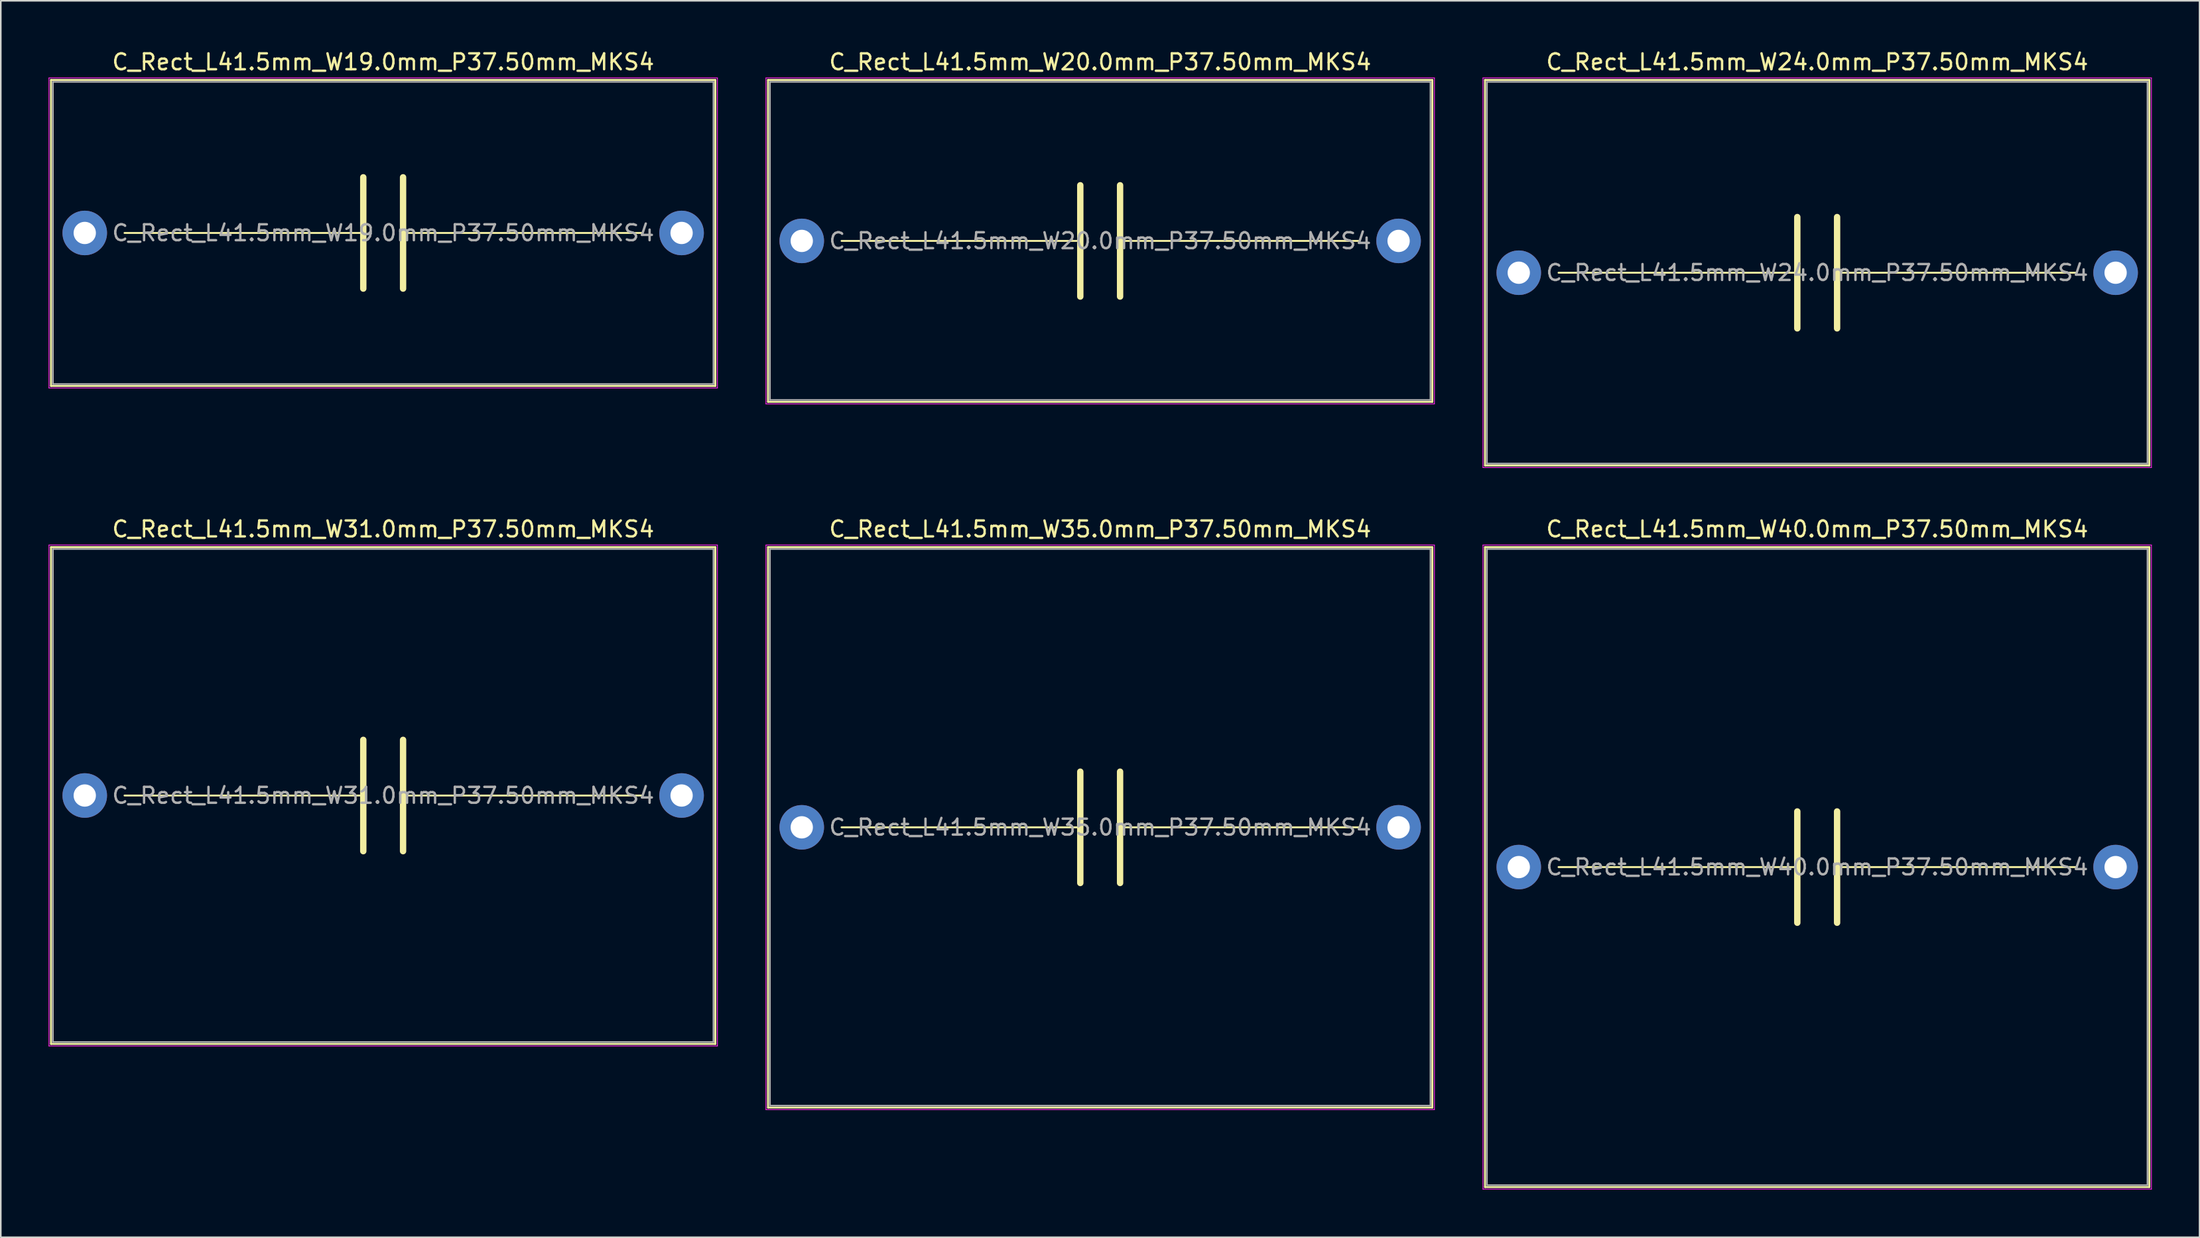
<source format=kicad_pcb>
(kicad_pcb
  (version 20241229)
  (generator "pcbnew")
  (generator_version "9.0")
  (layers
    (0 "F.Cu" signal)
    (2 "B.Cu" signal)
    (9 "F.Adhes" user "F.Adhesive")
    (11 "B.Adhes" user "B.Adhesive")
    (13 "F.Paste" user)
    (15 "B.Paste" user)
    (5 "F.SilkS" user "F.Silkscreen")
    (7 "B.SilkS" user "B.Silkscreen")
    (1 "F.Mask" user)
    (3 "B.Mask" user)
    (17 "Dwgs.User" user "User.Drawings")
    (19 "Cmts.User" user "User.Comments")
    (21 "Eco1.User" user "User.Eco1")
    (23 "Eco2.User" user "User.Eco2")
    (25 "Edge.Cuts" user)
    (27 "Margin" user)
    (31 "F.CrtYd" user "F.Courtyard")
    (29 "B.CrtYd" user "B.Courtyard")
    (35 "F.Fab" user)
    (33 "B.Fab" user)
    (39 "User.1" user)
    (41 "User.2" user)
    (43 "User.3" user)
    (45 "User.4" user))
  (footprint "C_Rect_L41.5mm_W24.0mm_P37.50mm_MKS4"
    (layer "F.Cu")
    (at 92.375 14.098)
    (property "Reference" "C_Rect_L41.5mm_W24.0mm_P37.50mm_MKS4" (at 18.75 -13.25 0) (layer "F.SilkS") (effects (font (size 1 1) (thickness 0.15))))
    (attr through_hole)
    (fp_line (start -2.12 -12.12) (end -2.12 12.12) (stroke (width 0.12) (type solid)) (layer "F.SilkS"))
    (fp_line (start -2.12 -12.12) (end 39.62 -12.12) (stroke (width 0.12) (type solid)) (layer "F.SilkS"))
    (fp_line (start -2.12 12.12) (end 39.62 12.12) (stroke (width 0.12) (type solid)) (layer "F.SilkS"))
    (fp_line (start 2.5 0) (end 17.5 0) (stroke (width 0.12) (type solid)) (layer "F.SilkS"))
    (fp_line (start 17.5 -3.5) (end 17.5 3.5) (stroke (width 0.4) (type solid)) (layer "F.SilkS"))
    (fp_line (start 20 -3.5) (end 20 3.5) (stroke (width 0.4) (type solid)) (layer "F.SilkS"))
    (fp_line (start 20 0) (end 35 0) (stroke (width 0.12) (type solid)) (layer "F.SilkS"))
    (fp_line (start 39.62 -12.12) (end 39.62 12.12) (stroke (width 0.12) (type solid)) (layer "F.SilkS"))
    (fp_line (start -2.25 -12.25) (end -2.25 12.25) (stroke (width 0.05) (type solid)) (layer "F.CrtYd"))
    (fp_line (start -2.25 12.25) (end 39.75 12.25) (stroke (width 0.05) (type solid)) (layer "F.CrtYd"))
    (fp_line (start 39.75 -12.25) (end -2.25 -12.25) (stroke (width 0.05) (type solid)) (layer "F.CrtYd"))
    (fp_line (start 39.75 12.25) (end 39.75 -12.25) (stroke (width 0.05) (type solid)) (layer "F.CrtYd"))
    (fp_line (start -2 -12) (end -2 12) (stroke (width 0.1) (type solid)) (layer "F.Fab"))
    (fp_line (start -2 12) (end 39.5 12) (stroke (width 0.1) (type solid)) (layer "F.Fab"))
    (fp_line (start 39.5 -12) (end -2 -12) (stroke (width 0.1) (type solid)) (layer "F.Fab"))
    (fp_line (start 39.5 12) (end 39.5 -12) (stroke (width 0.1) (type solid)) (layer "F.Fab"))
    (fp_text user "${REFERENCE}" (at 18.75 0 0) (layer "F.Fab") (effects (font (size 1 1) (thickness 0.15))))
    (pad "1" thru_hole circle (at 0 0) (size 2.8 2.8) (drill 1.4) (layers "*.Cu" "*.Mask"))
    (pad "2" thru_hole circle (at 37.5 0) (size 2.8 2.8) (drill 1.4) (layers "*.Cu" "*.Mask")))
  (footprint "C_Rect_L41.5mm_W19.0mm_P37.50mm_MKS4"
    (layer "F.Cu")
    (at 2.275 11.598)
    (property "Reference" "C_Rect_L41.5mm_W19.0mm_P37.50mm_MKS4" (at 18.75 -10.75 0) (layer "F.SilkS") (effects (font (size 1 1) (thickness 0.15))))
    (attr through_hole)
    (fp_line (start -2.12 -9.62) (end -2.12 9.62) (stroke (width 0.12) (type solid)) (layer "F.SilkS"))
    (fp_line (start -2.12 -9.62) (end 39.62 -9.62) (stroke (width 0.12) (type solid)) (layer "F.SilkS"))
    (fp_line (start -2.12 9.62) (end 39.62 9.62) (stroke (width 0.12) (type solid)) (layer "F.SilkS"))
    (fp_line (start 2.5 0) (end 17.5 0) (stroke (width 0.12) (type solid)) (layer "F.SilkS"))
    (fp_line (start 17.5 -3.5) (end 17.5 3.5) (stroke (width 0.4) (type solid)) (layer "F.SilkS"))
    (fp_line (start 20 -3.5) (end 20 3.5) (stroke (width 0.4) (type solid)) (layer "F.SilkS"))
    (fp_line (start 20 0) (end 35 0) (stroke (width 0.12) (type solid)) (layer "F.SilkS"))
    (fp_line (start 39.62 -9.62) (end 39.62 9.62) (stroke (width 0.12) (type solid)) (layer "F.SilkS"))
    (fp_line (start -2.25 -9.75) (end -2.25 9.75) (stroke (width 0.05) (type solid)) (layer "F.CrtYd"))
    (fp_line (start -2.25 9.75) (end 39.75 9.75) (stroke (width 0.05) (type solid)) (layer "F.CrtYd"))
    (fp_line (start 39.75 -9.75) (end -2.25 -9.75) (stroke (width 0.05) (type solid)) (layer "F.CrtYd"))
    (fp_line (start 39.75 9.75) (end 39.75 -9.75) (stroke (width 0.05) (type solid)) (layer "F.CrtYd"))
    (fp_line (start -2 -9.5) (end -2 9.5) (stroke (width 0.1) (type solid)) (layer "F.Fab"))
    (fp_line (start -2 9.5) (end 39.5 9.5) (stroke (width 0.1) (type solid)) (layer "F.Fab"))
    (fp_line (start 39.5 -9.5) (end -2 -9.5) (stroke (width 0.1) (type solid)) (layer "F.Fab"))
    (fp_line (start 39.5 9.5) (end 39.5 -9.5) (stroke (width 0.1) (type solid)) (layer "F.Fab"))
    (fp_text user "${REFERENCE}" (at 18.75 0 0) (layer "F.Fab") (effects (font (size 1 1) (thickness 0.15))))
    (pad "1" thru_hole circle (at 0 0) (size 2.8 2.8) (drill 1.4) (layers "*.Cu" "*.Mask"))
    (pad "2" thru_hole circle (at 37.5 0) (size 2.8 2.8) (drill 1.4) (layers "*.Cu" "*.Mask")))
  (footprint "C_Rect_L41.5mm_W35.0mm_P37.50mm_MKS4"
    (layer "F.Cu")
    (at 47.325 48.971)
    (property "Reference" "C_Rect_L41.5mm_W35.0mm_P37.50mm_MKS4" (at 18.75 -18.75 0) (layer "F.SilkS") (effects (font (size 1 1) (thickness 0.15))))
    (attr through_hole)
    (fp_line (start -2.12 -17.62) (end -2.12 17.62) (stroke (width 0.12) (type solid)) (layer "F.SilkS"))
    (fp_line (start -2.12 -17.62) (end 39.62 -17.62) (stroke (width 0.12) (type solid)) (layer "F.SilkS"))
    (fp_line (start -2.12 17.62) (end 39.62 17.62) (stroke (width 0.12) (type solid)) (layer "F.SilkS"))
    (fp_line (start 2.5 0) (end 17.5 0) (stroke (width 0.12) (type solid)) (layer "F.SilkS"))
    (fp_line (start 17.5 -3.5) (end 17.5 3.5) (stroke (width 0.4) (type solid)) (layer "F.SilkS"))
    (fp_line (start 20 -3.5) (end 20 3.5) (stroke (width 0.4) (type solid)) (layer "F.SilkS"))
    (fp_line (start 20 0) (end 35 0) (stroke (width 0.12) (type solid)) (layer "F.SilkS"))
    (fp_line (start 39.62 -17.62) (end 39.62 17.62) (stroke (width 0.12) (type solid)) (layer "F.SilkS"))
    (fp_line (start -2.25 -17.75) (end -2.25 17.75) (stroke (width 0.05) (type solid)) (layer "F.CrtYd"))
    (fp_line (start -2.25 17.75) (end 39.75 17.75) (stroke (width 0.05) (type solid)) (layer "F.CrtYd"))
    (fp_line (start 39.75 -17.75) (end -2.25 -17.75) (stroke (width 0.05) (type solid)) (layer "F.CrtYd"))
    (fp_line (start 39.75 17.75) (end 39.75 -17.75) (stroke (width 0.05) (type solid)) (layer "F.CrtYd"))
    (fp_line (start -2 -17.5) (end -2 17.5) (stroke (width 0.1) (type solid)) (layer "F.Fab"))
    (fp_line (start -2 17.5) (end 39.5 17.5) (stroke (width 0.1) (type solid)) (layer "F.Fab"))
    (fp_line (start 39.5 -17.5) (end -2 -17.5) (stroke (width 0.1) (type solid)) (layer "F.Fab"))
    (fp_line (start 39.5 17.5) (end 39.5 -17.5) (stroke (width 0.1) (type solid)) (layer "F.Fab"))
    (fp_text user "${REFERENCE}" (at 18.75 0 0) (layer "F.Fab") (effects (font (size 1 1) (thickness 0.15))))
    (pad "1" thru_hole circle (at 0 0) (size 2.8 2.8) (drill 1.4) (layers "*.Cu" "*.Mask"))
    (pad "2" thru_hole circle (at 37.5 0) (size 2.8 2.8) (drill 1.4) (layers "*.Cu" "*.Mask")))
  (footprint "C_Rect_L41.5mm_W31.0mm_P37.50mm_MKS4"
    (layer "F.Cu")
    (at 2.275 46.971)
    (property "Reference" "C_Rect_L41.5mm_W31.0mm_P37.50mm_MKS4" (at 18.75 -16.75 0) (layer "F.SilkS") (effects (font (size 1 1) (thickness 0.15))))
    (attr through_hole)
    (fp_line (start -2.12 -15.62) (end -2.12 15.62) (stroke (width 0.12) (type solid)) (layer "F.SilkS"))
    (fp_line (start -2.12 -15.62) (end 39.62 -15.62) (stroke (width 0.12) (type solid)) (layer "F.SilkS"))
    (fp_line (start -2.12 15.62) (end 39.62 15.62) (stroke (width 0.12) (type solid)) (layer "F.SilkS"))
    (fp_line (start 2.5 0) (end 17.5 0) (stroke (width 0.12) (type solid)) (layer "F.SilkS"))
    (fp_line (start 17.5 -3.5) (end 17.5 3.5) (stroke (width 0.4) (type solid)) (layer "F.SilkS"))
    (fp_line (start 20 -3.5) (end 20 3.5) (stroke (width 0.4) (type solid)) (layer "F.SilkS"))
    (fp_line (start 20 0) (end 35 0) (stroke (width 0.12) (type solid)) (layer "F.SilkS"))
    (fp_line (start 39.62 -15.62) (end 39.62 15.62) (stroke (width 0.12) (type solid)) (layer "F.SilkS"))
    (fp_line (start -2.25 -15.75) (end -2.25 15.75) (stroke (width 0.05) (type solid)) (layer "F.CrtYd"))
    (fp_line (start -2.25 15.75) (end 39.75 15.75) (stroke (width 0.05) (type solid)) (layer "F.CrtYd"))
    (fp_line (start 39.75 -15.75) (end -2.25 -15.75) (stroke (width 0.05) (type solid)) (layer "F.CrtYd"))
    (fp_line (start 39.75 15.75) (end 39.75 -15.75) (stroke (width 0.05) (type solid)) (layer "F.CrtYd"))
    (fp_line (start -2 -15.5) (end -2 15.5) (stroke (width 0.1) (type solid)) (layer "F.Fab"))
    (fp_line (start -2 15.5) (end 39.5 15.5) (stroke (width 0.1) (type solid)) (layer "F.Fab"))
    (fp_line (start 39.5 -15.5) (end -2 -15.5) (stroke (width 0.1) (type solid)) (layer "F.Fab"))
    (fp_line (start 39.5 15.5) (end 39.5 -15.5) (stroke (width 0.1) (type solid)) (layer "F.Fab"))
    (fp_text user "${REFERENCE}" (at 18.75 0 0) (layer "F.Fab") (effects (font (size 1 1) (thickness 0.15))))
    (pad "1" thru_hole circle (at 0 0) (size 2.8 2.8) (drill 1.4) (layers "*.Cu" "*.Mask"))
    (pad "2" thru_hole circle (at 37.5 0) (size 2.8 2.8) (drill 1.4) (layers "*.Cu" "*.Mask")))
  (footprint "C_Rect_L41.5mm_W20.0mm_P37.50mm_MKS4"
    (layer "F.Cu")
    (at 47.325 12.098)
    (property "Reference" "C_Rect_L41.5mm_W20.0mm_P37.50mm_MKS4" (at 18.75 -11.25 0) (layer "F.SilkS") (effects (font (size 1 1) (thickness 0.15))))
    (attr through_hole)
    (fp_line (start -2.12 -10.12) (end -2.12 10.12) (stroke (width 0.12) (type solid)) (layer "F.SilkS"))
    (fp_line (start -2.12 -10.12) (end 39.62 -10.12) (stroke (width 0.12) (type solid)) (layer "F.SilkS"))
    (fp_line (start -2.12 10.12) (end 39.62 10.12) (stroke (width 0.12) (type solid)) (layer "F.SilkS"))
    (fp_line (start 2.5 0) (end 17.5 0) (stroke (width 0.12) (type solid)) (layer "F.SilkS"))
    (fp_line (start 17.5 -3.5) (end 17.5 3.5) (stroke (width 0.4) (type solid)) (layer "F.SilkS"))
    (fp_line (start 20 -3.5) (end 20 3.5) (stroke (width 0.4) (type solid)) (layer "F.SilkS"))
    (fp_line (start 20 0) (end 35 0) (stroke (width 0.12) (type solid)) (layer "F.SilkS"))
    (fp_line (start 39.62 -10.12) (end 39.62 10.12) (stroke (width 0.12) (type solid)) (layer "F.SilkS"))
    (fp_line (start -2.25 -10.25) (end -2.25 10.25) (stroke (width 0.05) (type solid)) (layer "F.CrtYd"))
    (fp_line (start -2.25 10.25) (end 39.75 10.25) (stroke (width 0.05) (type solid)) (layer "F.CrtYd"))
    (fp_line (start 39.75 -10.25) (end -2.25 -10.25) (stroke (width 0.05) (type solid)) (layer "F.CrtYd"))
    (fp_line (start 39.75 10.25) (end 39.75 -10.25) (stroke (width 0.05) (type solid)) (layer "F.CrtYd"))
    (fp_line (start -2 -10) (end -2 10) (stroke (width 0.1) (type solid)) (layer "F.Fab"))
    (fp_line (start -2 10) (end 39.5 10) (stroke (width 0.1) (type solid)) (layer "F.Fab"))
    (fp_line (start 39.5 -10) (end -2 -10) (stroke (width 0.1) (type solid)) (layer "F.Fab"))
    (fp_line (start 39.5 10) (end 39.5 -10) (stroke (width 0.1) (type solid)) (layer "F.Fab"))
    (fp_text user "${REFERENCE}" (at 18.75 0 0) (layer "F.Fab") (effects (font (size 1 1) (thickness 0.15))))
    (pad "1" thru_hole circle (at 0 0) (size 2.8 2.8) (drill 1.4) (layers "*.Cu" "*.Mask"))
    (pad "2" thru_hole circle (at 37.5 0) (size 2.8 2.8) (drill 1.4) (layers "*.Cu" "*.Mask")))
  (footprint "C_Rect_L41.5mm_W40.0mm_P37.50mm_MKS4"
    (layer "F.Cu")
    (at 92.375 51.471)
    (property "Reference" "C_Rect_L41.5mm_W40.0mm_P37.50mm_MKS4" (at 18.75 -21.25 0) (layer "F.SilkS") (effects (font (size 1 1) (thickness 0.15))))
    (attr through_hole)
    (fp_line (start -2.12 -20.12) (end -2.12 20.12) (stroke (width 0.12) (type solid)) (layer "F.SilkS"))
    (fp_line (start -2.12 -20.12) (end 39.62 -20.12) (stroke (width 0.12) (type solid)) (layer "F.SilkS"))
    (fp_line (start -2.12 20.12) (end 39.62 20.12) (stroke (width 0.12) (type solid)) (layer "F.SilkS"))
    (fp_line (start 2.5 0) (end 17.5 0) (stroke (width 0.12) (type solid)) (layer "F.SilkS"))
    (fp_line (start 17.5 -3.5) (end 17.5 3.5) (stroke (width 0.4) (type solid)) (layer "F.SilkS"))
    (fp_line (start 20 -3.5) (end 20 3.5) (stroke (width 0.4) (type solid)) (layer "F.SilkS"))
    (fp_line (start 20 0) (end 35 0) (stroke (width 0.12) (type solid)) (layer "F.SilkS"))
    (fp_line (start 39.62 -20.12) (end 39.62 20.12) (stroke (width 0.12) (type solid)) (layer "F.SilkS"))
    (fp_line (start -2.25 -20.25) (end -2.25 20.25) (stroke (width 0.05) (type solid)) (layer "F.CrtYd"))
    (fp_line (start -2.25 20.25) (end 39.75 20.25) (stroke (width 0.05) (type solid)) (layer "F.CrtYd"))
    (fp_line (start 39.75 -20.25) (end -2.25 -20.25) (stroke (width 0.05) (type solid)) (layer "F.CrtYd"))
    (fp_line (start 39.75 20.25) (end 39.75 -20.25) (stroke (width 0.05) (type solid)) (layer "F.CrtYd"))
    (fp_line (start -2 -20) (end -2 20) (stroke (width 0.1) (type solid)) (layer "F.Fab"))
    (fp_line (start -2 20) (end 39.5 20) (stroke (width 0.1) (type solid)) (layer "F.Fab"))
    (fp_line (start 39.5 -20) (end -2 -20) (stroke (width 0.1) (type solid)) (layer "F.Fab"))
    (fp_line (start 39.5 20) (end 39.5 -20) (stroke (width 0.1) (type solid)) (layer "F.Fab"))
    (fp_text user "${REFERENCE}" (at 18.75 0 0) (layer "F.Fab") (effects (font (size 1 1) (thickness 0.15))))
    (pad "1" thru_hole circle (at 0 0) (size 2.8 2.8) (drill 1.4) (layers "*.Cu" "*.Mask"))
    (pad "2" thru_hole circle (at 37.5 0) (size 2.8 2.8) (drill 1.4) (layers "*.Cu" "*.Mask")))
  (gr_rect
    (start -3 -3)
    (end 135.15 74.746)
    (stroke (width 0.1) (type default))
    (fill no)
    (layer "Edge.Cuts")))
</source>
